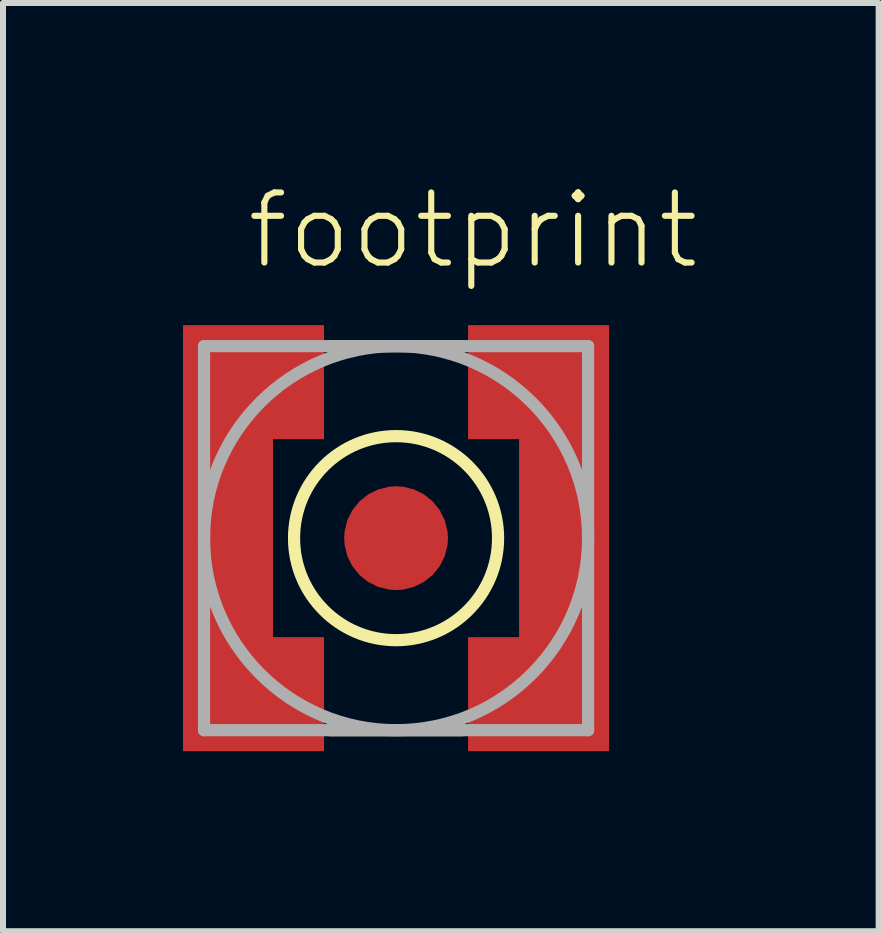
<source format=kicad_pcb>
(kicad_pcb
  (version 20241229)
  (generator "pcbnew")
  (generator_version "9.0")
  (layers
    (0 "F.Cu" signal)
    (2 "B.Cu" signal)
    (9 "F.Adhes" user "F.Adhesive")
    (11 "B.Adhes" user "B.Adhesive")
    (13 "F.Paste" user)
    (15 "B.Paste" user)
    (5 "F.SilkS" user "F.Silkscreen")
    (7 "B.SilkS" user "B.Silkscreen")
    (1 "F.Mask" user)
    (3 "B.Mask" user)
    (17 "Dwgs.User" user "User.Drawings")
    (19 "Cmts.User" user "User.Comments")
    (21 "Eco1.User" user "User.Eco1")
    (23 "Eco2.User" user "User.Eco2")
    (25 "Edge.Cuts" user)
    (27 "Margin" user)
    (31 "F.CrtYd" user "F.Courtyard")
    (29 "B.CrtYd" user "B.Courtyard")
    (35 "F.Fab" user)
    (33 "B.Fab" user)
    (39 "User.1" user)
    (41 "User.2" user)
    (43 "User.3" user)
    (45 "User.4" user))
  (footprint "footprint"
    (layer "F.Cu")
    (at 3.55 5.918)
    (property "Reference" "footprint" (at -2.54 -4.445 0) (layer "F.SilkS") (effects (font (size 1.168 1.168) (thickness 0.102)) (justify left bottom)))
    (fp_line (start -1.1 -3.2) (end 1.1 -3.2) (stroke (width 0.203) (type solid)) (layer "F.SilkS"))
    (fp_line (start 1.1 3.2) (end -1.1 3.2) (stroke (width 0.203) (type solid)) (layer "F.SilkS"))
    (fp_circle (center 0 0) (end 1.7 0) (stroke (width 0.203) (type solid)) (fill no) (layer "F.SilkS"))
    (fp_line (start -3.2 3.2) (end -3.2 -3.2) (stroke (width 0.203) (type solid)) (layer "F.Fab"))
    (fp_line (start -3.2 -3.2) (end 3.2 -3.2) (stroke (width 0.203) (type solid)) (layer "F.Fab"))
    (fp_line (start 3.2 3.2) (end -3.2 3.2) (stroke (width 0.203) (type solid)) (layer "F.Fab"))
    (fp_line (start 3.2 -3.2) (end 3.2 3.2) (stroke (width 0.203) (type solid)) (layer "F.Fab"))
    (fp_circle (center 0 0) (end 3.2 0) (stroke (width 0.203) (type solid)) (fill no) (layer "F.Fab"))
    (pad "1" smd roundrect (at 0 0) (size 1.73 1.73) (layers "F.Cu" "F.Mask" "F.Paste") (roundrect_rratio 0.5))
    (pad "2@1" smd rect (at -2.375 -2.6) (size 2.35 1.9) (layers "F.Cu" "F.Mask" "F.Paste"))
    (pad "2@2" smd rect (at -2.375 2.6) (size 2.35 1.9) (layers "F.Cu" "F.Mask" "F.Paste"))
    (pad "2@3" smd rect (at 2.375 2.6 180) (size 2.35 1.9) (layers "F.Cu" "F.Mask" "F.Paste"))
    (pad "2@4" smd rect (at 2.375 -2.6 180) (size 2.35 1.9) (layers "F.Cu" "F.Mask" "F.Paste"))
    (pad "2@5" smd rect (at -2.8 0) (size 1.5 3.4) (layers "F.Cu" "F.Mask" "F.Paste"))
    (pad "2@6" smd rect (at 2.8 0 180) (size 1.5 3.4) (layers "F.Cu" "F.Mask" "F.Paste")))
  (gr_rect
    (start -3 -3)
    (end 11.592 12.468)
    (stroke (width 0.1) (type default))
    (fill no)
    (layer "Edge.Cuts")))
</source>
